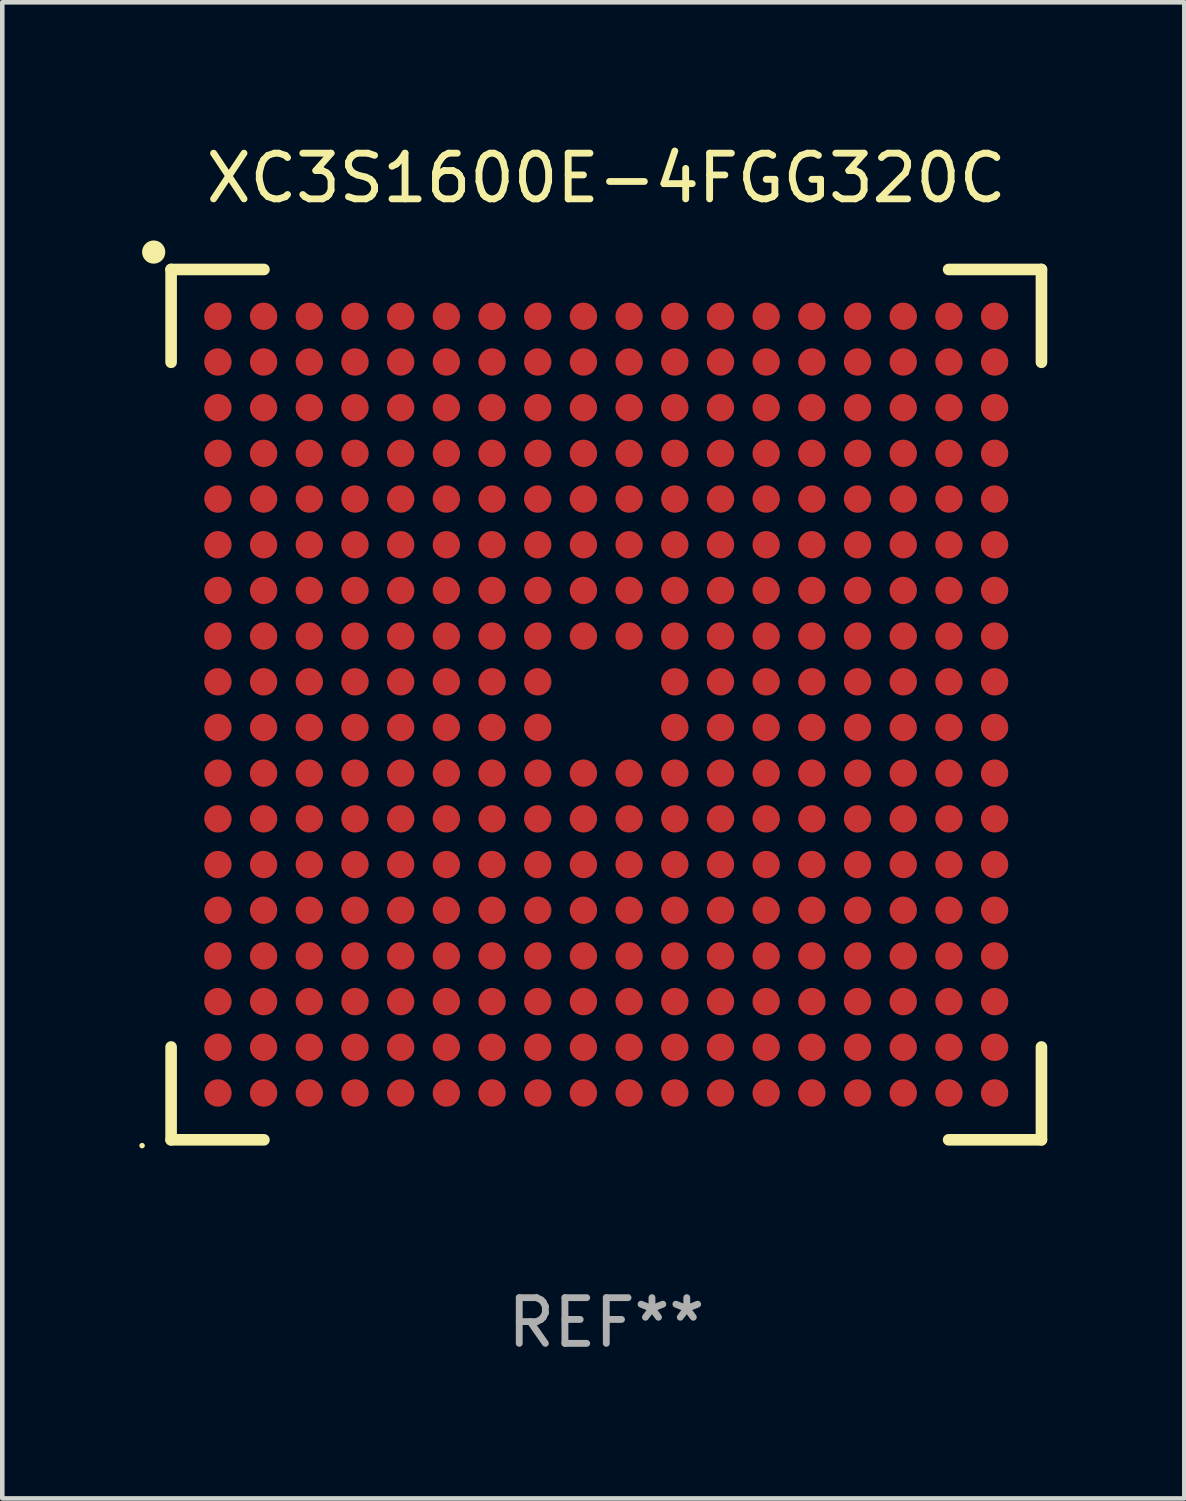
<source format=kicad_pcb>
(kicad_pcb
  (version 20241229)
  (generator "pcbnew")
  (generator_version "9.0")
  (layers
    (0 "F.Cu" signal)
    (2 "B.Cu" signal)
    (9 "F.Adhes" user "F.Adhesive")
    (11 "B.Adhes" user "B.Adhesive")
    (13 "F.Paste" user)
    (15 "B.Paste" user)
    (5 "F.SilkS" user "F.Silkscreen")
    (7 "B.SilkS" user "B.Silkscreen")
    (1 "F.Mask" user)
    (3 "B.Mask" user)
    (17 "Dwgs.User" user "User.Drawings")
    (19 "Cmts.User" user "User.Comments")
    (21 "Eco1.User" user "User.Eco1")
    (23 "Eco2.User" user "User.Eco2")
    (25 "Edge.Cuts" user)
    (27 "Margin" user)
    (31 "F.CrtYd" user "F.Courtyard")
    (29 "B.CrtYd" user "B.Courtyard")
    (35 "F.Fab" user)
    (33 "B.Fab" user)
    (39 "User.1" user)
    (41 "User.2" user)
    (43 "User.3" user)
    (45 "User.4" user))
  (footprint "XC3S1600E-4FGG320C"
    (layer "F.Cu")
    (at 10.22 12.373)
    (property "Reference" "XC3S1600E-4FGG320C" (at 0 -11.525 0) (layer "F.SilkS") (effects (font (size 1 1) (thickness 0.15))))
    (attr through_hole)
    (fp_line (start -9.525 -9.525) (end -7.493 -9.525) (stroke (width 0.254) (type solid)) (layer "F.SilkS"))
    (fp_line (start -9.525 -7.493) (end -9.525 -9.525) (stroke (width 0.254) (type solid)) (layer "F.SilkS"))
    (fp_line (start -9.525 9.525) (end -9.525 7.493) (stroke (width 0.254) (type solid)) (layer "F.SilkS"))
    (fp_line (start -7.493 9.525) (end -9.525 9.525) (stroke (width 0.254) (type solid)) (layer "F.SilkS"))
    (fp_line (start 7.493 -9.525) (end 9.525 -9.525) (stroke (width 0.254) (type solid)) (layer "F.SilkS"))
    (fp_line (start 9.525 -9.525) (end 9.525 -7.493) (stroke (width 0.254) (type solid)) (layer "F.SilkS"))
    (fp_line (start 9.525 7.493) (end 9.525 9.525) (stroke (width 0.254) (type solid)) (layer "F.SilkS"))
    (fp_line (start 9.525 9.525) (end 7.493 9.525) (stroke (width 0.254) (type solid)) (layer "F.SilkS"))
    (fp_circle (center -10.16 9.652) (end -10.13 9.652) (stroke (width 0.06) (type solid)) (fill no) (layer "F.SilkS"))
    (fp_circle (center -9.906 -9.906) (end -9.779 -9.906) (stroke (width 0.254) (type solid)) (fill no) (layer "F.SilkS"))
    (fp_text user "REF**" (at 0 13.525 0) (layer "F.Fab") (effects (font (size 1 1) (thickness 0.15))))
    (pad "A1" smd circle (at -8.5 -8.5) (size 0.6 0.6) (layers "F.Cu" "F.Mask" "F.Paste"))
    (pad "A2" smd circle (at -7.5 -8.5) (size 0.6 0.6) (layers "F.Cu" "F.Mask" "F.Paste"))
    (pad "A3" smd circle (at -6.5 -8.5) (size 0.6 0.6) (layers "F.Cu" "F.Mask" "F.Paste"))
    (pad "A4" smd circle (at -5.5 -8.5) (size 0.6 0.6) (layers "F.Cu" "F.Mask" "F.Paste"))
    (pad "A5" smd circle (at -4.5 -8.5) (size 0.6 0.6) (layers "F.Cu" "F.Mask" "F.Paste"))
    (pad "A6" smd circle (at -3.5 -8.5) (size 0.6 0.6) (layers "F.Cu" "F.Mask" "F.Paste"))
    (pad "A7" smd circle (at -2.5 -8.5) (size 0.6 0.6) (layers "F.Cu" "F.Mask" "F.Paste"))
    (pad "A8" smd circle (at -1.5 -8.5) (size 0.6 0.6) (layers "F.Cu" "F.Mask" "F.Paste"))
    (pad "A9" smd circle (at -0.5 -8.5) (size 0.6 0.6) (layers "F.Cu" "F.Mask" "F.Paste"))
    (pad "A10" smd circle (at 0.5 -8.5) (size 0.6 0.6) (layers "F.Cu" "F.Mask" "F.Paste"))
    (pad "A11" smd circle (at 1.5 -8.5) (size 0.6 0.6) (layers "F.Cu" "F.Mask" "F.Paste"))
    (pad "A12" smd circle (at 2.5 -8.5) (size 0.6 0.6) (layers "F.Cu" "F.Mask" "F.Paste"))
    (pad "A13" smd circle (at 3.5 -8.5) (size 0.6 0.6) (layers "F.Cu" "F.Mask" "F.Paste"))
    (pad "A14" smd circle (at 4.5 -8.5) (size 0.6 0.6) (layers "F.Cu" "F.Mask" "F.Paste"))
    (pad "A15" smd circle (at 5.5 -8.5) (size 0.6 0.6) (layers "F.Cu" "F.Mask" "F.Paste"))
    (pad "A16" smd circle (at 6.5 -8.5) (size 0.6 0.6) (layers "F.Cu" "F.Mask" "F.Paste"))
    (pad "A17" smd circle (at 7.5 -8.5) (size 0.6 0.6) (layers "F.Cu" "F.Mask" "F.Paste"))
    (pad "A18" smd circle (at 8.5 -8.5) (size 0.6 0.6) (layers "F.Cu" "F.Mask" "F.Paste"))
    (pad "B1" smd circle (at -8.5 -7.5) (size 0.6 0.6) (layers "F.Cu" "F.Mask" "F.Paste"))
    (pad "B2" smd circle (at -7.5 -7.5) (size 0.6 0.6) (layers "F.Cu" "F.Mask" "F.Paste"))
    (pad "B3" smd circle (at -6.5 -7.5) (size 0.6 0.6) (layers "F.Cu" "F.Mask" "F.Paste"))
    (pad "B4" smd circle (at -5.5 -7.5) (size 0.6 0.6) (layers "F.Cu" "F.Mask" "F.Paste"))
    (pad "B5" smd circle (at -4.5 -7.5) (size 0.6 0.6) (layers "F.Cu" "F.Mask" "F.Paste"))
    (pad "B6" smd circle (at -3.5 -7.5) (size 0.6 0.6) (layers "F.Cu" "F.Mask" "F.Paste"))
    (pad "B7" smd circle (at -2.5 -7.5) (size 0.6 0.6) (layers "F.Cu" "F.Mask" "F.Paste"))
    (pad "B8" smd circle (at -1.5 -7.5) (size 0.6 0.6) (layers "F.Cu" "F.Mask" "F.Paste"))
    (pad "B9" smd circle (at -0.5 -7.5) (size 0.6 0.6) (layers "F.Cu" "F.Mask" "F.Paste"))
    (pad "B10" smd circle (at 0.5 -7.5) (size 0.6 0.6) (layers "F.Cu" "F.Mask" "F.Paste"))
    (pad "B11" smd circle (at 1.5 -7.5) (size 0.6 0.6) (layers "F.Cu" "F.Mask" "F.Paste"))
    (pad "B12" smd circle (at 2.5 -7.5) (size 0.6 0.6) (layers "F.Cu" "F.Mask" "F.Paste"))
    (pad "B13" smd circle (at 3.5 -7.5) (size 0.6 0.6) (layers "F.Cu" "F.Mask" "F.Paste"))
    (pad "B14" smd circle (at 4.5 -7.5) (size 0.6 0.6) (layers "F.Cu" "F.Mask" "F.Paste"))
    (pad "B15" smd circle (at 5.5 -7.5) (size 0.6 0.6) (layers "F.Cu" "F.Mask" "F.Paste"))
    (pad "B16" smd circle (at 6.5 -7.5) (size 0.6 0.6) (layers "F.Cu" "F.Mask" "F.Paste"))
    (pad "B17" smd circle (at 7.5 -7.5) (size 0.6 0.6) (layers "F.Cu" "F.Mask" "F.Paste"))
    (pad "B18" smd circle (at 8.5 -7.5) (size 0.6 0.6) (layers "F.Cu" "F.Mask" "F.Paste"))
    (pad "C1" smd circle (at -8.5 -6.5) (size 0.6 0.6) (layers "F.Cu" "F.Mask" "F.Paste"))
    (pad "C2" smd circle (at -7.5 -6.5) (size 0.6 0.6) (layers "F.Cu" "F.Mask" "F.Paste"))
    (pad "C3" smd circle (at -6.5 -6.5) (size 0.6 0.6) (layers "F.Cu" "F.Mask" "F.Paste"))
    (pad "C4" smd circle (at -5.5 -6.5) (size 0.6 0.6) (layers "F.Cu" "F.Mask" "F.Paste"))
    (pad "C5" smd circle (at -4.5 -6.5) (size 0.6 0.6) (layers "F.Cu" "F.Mask" "F.Paste"))
    (pad "C6" smd circle (at -3.5 -6.5) (size 0.6 0.6) (layers "F.Cu" "F.Mask" "F.Paste"))
    (pad "C7" smd circle (at -2.5 -6.5) (size 0.6 0.6) (layers "F.Cu" "F.Mask" "F.Paste"))
    (pad "C8" smd circle (at -1.5 -6.5) (size 0.6 0.6) (layers "F.Cu" "F.Mask" "F.Paste"))
    (pad "C9" smd circle (at -0.5 -6.5) (size 0.6 0.6) (layers "F.Cu" "F.Mask" "F.Paste"))
    (pad "C10" smd circle (at 0.5 -6.5) (size 0.6 0.6) (layers "F.Cu" "F.Mask" "F.Paste"))
    (pad "C11" smd circle (at 1.5 -6.5) (size 0.6 0.6) (layers "F.Cu" "F.Mask" "F.Paste"))
    (pad "C12" smd circle (at 2.5 -6.5) (size 0.6 0.6) (layers "F.Cu" "F.Mask" "F.Paste"))
    (pad "C13" smd circle (at 3.5 -6.5) (size 0.6 0.6) (layers "F.Cu" "F.Mask" "F.Paste"))
    (pad "C14" smd circle (at 4.5 -6.5) (size 0.6 0.6) (layers "F.Cu" "F.Mask" "F.Paste"))
    (pad "C15" smd circle (at 5.5 -6.5) (size 0.6 0.6) (layers "F.Cu" "F.Mask" "F.Paste"))
    (pad "C16" smd circle (at 6.5 -6.5) (size 0.6 0.6) (layers "F.Cu" "F.Mask" "F.Paste"))
    (pad "C17" smd circle (at 7.5 -6.5) (size 0.6 0.6) (layers "F.Cu" "F.Mask" "F.Paste"))
    (pad "C18" smd circle (at 8.5 -6.5) (size 0.6 0.6) (layers "F.Cu" "F.Mask" "F.Paste"))
    (pad "D1" smd circle (at -8.5 -5.5) (size 0.6 0.6) (layers "F.Cu" "F.Mask" "F.Paste"))
    (pad "D2" smd circle (at -7.5 -5.5) (size 0.6 0.6) (layers "F.Cu" "F.Mask" "F.Paste"))
    (pad "D3" smd circle (at -6.5 -5.5) (size 0.6 0.6) (layers "F.Cu" "F.Mask" "F.Paste"))
    (pad "D4" smd circle (at -5.5 -5.5) (size 0.6 0.6) (layers "F.Cu" "F.Mask" "F.Paste"))
    (pad "D5" smd circle (at -4.5 -5.5) (size 0.6 0.6) (layers "F.Cu" "F.Mask" "F.Paste"))
    (pad "D6" smd circle (at -3.5 -5.5) (size 0.6 0.6) (layers "F.Cu" "F.Mask" "F.Paste"))
    (pad "D7" smd circle (at -2.5 -5.5) (size 0.6 0.6) (layers "F.Cu" "F.Mask" "F.Paste"))
    (pad "D8" smd circle (at -1.5 -5.5) (size 0.6 0.6) (layers "F.Cu" "F.Mask" "F.Paste"))
    (pad "D9" smd circle (at -0.5 -5.5) (size 0.6 0.6) (layers "F.Cu" "F.Mask" "F.Paste"))
    (pad "D10" smd circle (at 0.5 -5.5) (size 0.6 0.6) (layers "F.Cu" "F.Mask" "F.Paste"))
    (pad "D11" smd circle (at 1.5 -5.5) (size 0.6 0.6) (layers "F.Cu" "F.Mask" "F.Paste"))
    (pad "D12" smd circle (at 2.5 -5.5) (size 0.6 0.6) (layers "F.Cu" "F.Mask" "F.Paste"))
    (pad "D13" smd circle (at 3.5 -5.5) (size 0.6 0.6) (layers "F.Cu" "F.Mask" "F.Paste"))
    (pad "D14" smd circle (at 4.5 -5.5) (size 0.6 0.6) (layers "F.Cu" "F.Mask" "F.Paste"))
    (pad "D15" smd circle (at 5.5 -5.5) (size 0.6 0.6) (layers "F.Cu" "F.Mask" "F.Paste"))
    (pad "D16" smd circle (at 6.5 -5.5) (size 0.6 0.6) (layers "F.Cu" "F.Mask" "F.Paste"))
    (pad "D17" smd circle (at 7.5 -5.5) (size 0.6 0.6) (layers "F.Cu" "F.Mask" "F.Paste"))
    (pad "D18" smd circle (at 8.5 -5.5) (size 0.6 0.6) (layers "F.Cu" "F.Mask" "F.Paste"))
    (pad "E1" smd circle (at -8.5 -4.5) (size 0.6 0.6) (layers "F.Cu" "F.Mask" "F.Paste"))
    (pad "E2" smd circle (at -7.5 -4.5) (size 0.6 0.6) (layers "F.Cu" "F.Mask" "F.Paste"))
    (pad "E3" smd circle (at -6.5 -4.5) (size 0.6 0.6) (layers "F.Cu" "F.Mask" "F.Paste"))
    (pad "E4" smd circle (at -5.5 -4.5) (size 0.6 0.6) (layers "F.Cu" "F.Mask" "F.Paste"))
    (pad "E5" smd circle (at -4.5 -4.5) (size 0.6 0.6) (layers "F.Cu" "F.Mask" "F.Paste"))
    (pad "E6" smd circle (at -3.5 -4.5) (size 0.6 0.6) (layers "F.Cu" "F.Mask" "F.Paste"))
    (pad "E7" smd circle (at -2.5 -4.5) (size 0.6 0.6) (layers "F.Cu" "F.Mask" "F.Paste"))
    (pad "E8" smd circle (at -1.5 -4.5) (size 0.6 0.6) (layers "F.Cu" "F.Mask" "F.Paste"))
    (pad "E9" smd circle (at -0.5 -4.5) (size 0.6 0.6) (layers "F.Cu" "F.Mask" "F.Paste"))
    (pad "E10" smd circle (at 0.5 -4.5) (size 0.6 0.6) (layers "F.Cu" "F.Mask" "F.Paste"))
    (pad "E11" smd circle (at 1.5 -4.5) (size 0.6 0.6) (layers "F.Cu" "F.Mask" "F.Paste"))
    (pad "E12" smd circle (at 2.5 -4.5) (size 0.6 0.6) (layers "F.Cu" "F.Mask" "F.Paste"))
    (pad "E13" smd circle (at 3.5 -4.5) (size 0.6 0.6) (layers "F.Cu" "F.Mask" "F.Paste"))
    (pad "E14" smd circle (at 4.5 -4.5) (size 0.6 0.6) (layers "F.Cu" "F.Mask" "F.Paste"))
    (pad "E15" smd circle (at 5.5 -4.5) (size 0.6 0.6) (layers "F.Cu" "F.Mask" "F.Paste"))
    (pad "E16" smd circle (at 6.5 -4.5) (size 0.6 0.6) (layers "F.Cu" "F.Mask" "F.Paste"))
    (pad "E17" smd circle (at 7.5 -4.5) (size 0.6 0.6) (layers "F.Cu" "F.Mask" "F.Paste"))
    (pad "E18" smd circle (at 8.5 -4.5) (size 0.6 0.6) (layers "F.Cu" "F.Mask" "F.Paste"))
    (pad "F1" smd circle (at -8.5 -3.5) (size 0.6 0.6) (layers "F.Cu" "F.Mask" "F.Paste"))
    (pad "F2" smd circle (at -7.5 -3.5) (size 0.6 0.6) (layers "F.Cu" "F.Mask" "F.Paste"))
    (pad "F3" smd circle (at -6.5 -3.5) (size 0.6 0.6) (layers "F.Cu" "F.Mask" "F.Paste"))
    (pad "F4" smd circle (at -5.5 -3.5) (size 0.6 0.6) (layers "F.Cu" "F.Mask" "F.Paste"))
    (pad "F5" smd circle (at -4.5 -3.5) (size 0.6 0.6) (layers "F.Cu" "F.Mask" "F.Paste"))
    (pad "F6" smd circle (at -3.5 -3.5) (size 0.6 0.6) (layers "F.Cu" "F.Mask" "F.Paste"))
    (pad "F7" smd circle (at -2.5 -3.5) (size 0.6 0.6) (layers "F.Cu" "F.Mask" "F.Paste"))
    (pad "F8" smd circle (at -1.5 -3.5) (size 0.6 0.6) (layers "F.Cu" "F.Mask" "F.Paste"))
    (pad "F9" smd circle (at -0.5 -3.5) (size 0.6 0.6) (layers "F.Cu" "F.Mask" "F.Paste"))
    (pad "F10" smd circle (at 0.5 -3.5) (size 0.6 0.6) (layers "F.Cu" "F.Mask" "F.Paste"))
    (pad "F11" smd circle (at 1.5 -3.5) (size 0.6 0.6) (layers "F.Cu" "F.Mask" "F.Paste"))
    (pad "F12" smd circle (at 2.5 -3.5) (size 0.6 0.6) (layers "F.Cu" "F.Mask" "F.Paste"))
    (pad "F13" smd circle (at 3.5 -3.5) (size 0.6 0.6) (layers "F.Cu" "F.Mask" "F.Paste"))
    (pad "F14" smd circle (at 4.5 -3.5) (size 0.6 0.6) (layers "F.Cu" "F.Mask" "F.Paste"))
    (pad "F15" smd circle (at 5.5 -3.5) (size 0.6 0.6) (layers "F.Cu" "F.Mask" "F.Paste"))
    (pad "F16" smd circle (at 6.5 -3.5) (size 0.6 0.6) (layers "F.Cu" "F.Mask" "F.Paste"))
    (pad "F17" smd circle (at 7.5 -3.5) (size 0.6 0.6) (layers "F.Cu" "F.Mask" "F.Paste"))
    (pad "F18" smd circle (at 8.5 -3.5) (size 0.6 0.6) (layers "F.Cu" "F.Mask" "F.Paste"))
    (pad "G1" smd circle (at -8.5 -2.5) (size 0.6 0.6) (layers "F.Cu" "F.Mask" "F.Paste"))
    (pad "G2" smd circle (at -7.5 -2.5) (size 0.6 0.6) (layers "F.Cu" "F.Mask" "F.Paste"))
    (pad "G3" smd circle (at -6.5 -2.5) (size 0.6 0.6) (layers "F.Cu" "F.Mask" "F.Paste"))
    (pad "G4" smd circle (at -5.5 -2.5) (size 0.6 0.6) (layers "F.Cu" "F.Mask" "F.Paste"))
    (pad "G5" smd circle (at -4.5 -2.5) (size 0.6 0.6) (layers "F.Cu" "F.Mask" "F.Paste"))
    (pad "G6" smd circle (at -3.5 -2.5) (size 0.6 0.6) (layers "F.Cu" "F.Mask" "F.Paste"))
    (pad "G7" smd circle (at -2.5 -2.5) (size 0.6 0.6) (layers "F.Cu" "F.Mask" "F.Paste"))
    (pad "G8" smd circle (at -1.5 -2.5) (size 0.6 0.6) (layers "F.Cu" "F.Mask" "F.Paste"))
    (pad "G9" smd circle (at -0.5 -2.5) (size 0.6 0.6) (layers "F.Cu" "F.Mask" "F.Paste"))
    (pad "G10" smd circle (at 0.5 -2.5) (size 0.6 0.6) (layers "F.Cu" "F.Mask" "F.Paste"))
    (pad "G11" smd circle (at 1.5 -2.5) (size 0.6 0.6) (layers "F.Cu" "F.Mask" "F.Paste"))
    (pad "G12" smd circle (at 2.5 -2.5) (size 0.6 0.6) (layers "F.Cu" "F.Mask" "F.Paste"))
    (pad "G13" smd circle (at 3.5 -2.5) (size 0.6 0.6) (layers "F.Cu" "F.Mask" "F.Paste"))
    (pad "G14" smd circle (at 4.5 -2.5) (size 0.6 0.6) (layers "F.Cu" "F.Mask" "F.Paste"))
    (pad "G15" smd circle (at 5.5 -2.5) (size 0.6 0.6) (layers "F.Cu" "F.Mask" "F.Paste"))
    (pad "G16" smd circle (at 6.5 -2.5) (size 0.6 0.6) (layers "F.Cu" "F.Mask" "F.Paste"))
    (pad "G17" smd circle (at 7.5 -2.5) (size 0.6 0.6) (layers "F.Cu" "F.Mask" "F.Paste"))
    (pad "G18" smd circle (at 8.5 -2.5) (size 0.6 0.6) (layers "F.Cu" "F.Mask" "F.Paste"))
    (pad "H1" smd circle (at -8.5 -1.5) (size 0.6 0.6) (layers "F.Cu" "F.Mask" "F.Paste"))
    (pad "H2" smd circle (at -7.5 -1.5) (size 0.6 0.6) (layers "F.Cu" "F.Mask" "F.Paste"))
    (pad "H3" smd circle (at -6.5 -1.5) (size 0.6 0.6) (layers "F.Cu" "F.Mask" "F.Paste"))
    (pad "H4" smd circle (at -5.5 -1.5) (size 0.6 0.6) (layers "F.Cu" "F.Mask" "F.Paste"))
    (pad "H5" smd circle (at -4.5 -1.5) (size 0.6 0.6) (layers "F.Cu" "F.Mask" "F.Paste"))
    (pad "H6" smd circle (at -3.5 -1.5) (size 0.6 0.6) (layers "F.Cu" "F.Mask" "F.Paste"))
    (pad "H7" smd circle (at -2.5 -1.5) (size 0.6 0.6) (layers "F.Cu" "F.Mask" "F.Paste"))
    (pad "H8" smd circle (at -1.5 -1.5) (size 0.6 0.6) (layers "F.Cu" "F.Mask" "F.Paste"))
    (pad "H9" smd circle (at -0.5 -1.5) (size 0.6 0.6) (layers "F.Cu" "F.Mask" "F.Paste"))
    (pad "H10" smd circle (at 0.5 -1.5) (size 0.6 0.6) (layers "F.Cu" "F.Mask" "F.Paste"))
    (pad "H11" smd circle (at 1.5 -1.5) (size 0.6 0.6) (layers "F.Cu" "F.Mask" "F.Paste"))
    (pad "H12" smd circle (at 2.5 -1.5) (size 0.6 0.6) (layers "F.Cu" "F.Mask" "F.Paste"))
    (pad "H13" smd circle (at 3.5 -1.5) (size 0.6 0.6) (layers "F.Cu" "F.Mask" "F.Paste"))
    (pad "H14" smd circle (at 4.5 -1.5) (size 0.6 0.6) (layers "F.Cu" "F.Mask" "F.Paste"))
    (pad "H15" smd circle (at 5.5 -1.5) (size 0.6 0.6) (layers "F.Cu" "F.Mask" "F.Paste"))
    (pad "H16" smd circle (at 6.5 -1.5) (size 0.6 0.6) (layers "F.Cu" "F.Mask" "F.Paste"))
    (pad "H17" smd circle (at 7.5 -1.5) (size 0.6 0.6) (layers "F.Cu" "F.Mask" "F.Paste"))
    (pad "H18" smd circle (at 8.5 -1.5) (size 0.6 0.6) (layers "F.Cu" "F.Mask" "F.Paste"))
    (pad "J1" smd circle (at -8.5 -0.5) (size 0.6 0.6) (layers "F.Cu" "F.Mask" "F.Paste"))
    (pad "J2" smd circle (at -7.5 -0.5) (size 0.6 0.6) (layers "F.Cu" "F.Mask" "F.Paste"))
    (pad "J3" smd circle (at -6.5 -0.5) (size 0.6 0.6) (layers "F.Cu" "F.Mask" "F.Paste"))
    (pad "J4" smd circle (at -5.5 -0.5) (size 0.6 0.6) (layers "F.Cu" "F.Mask" "F.Paste"))
    (pad "J5" smd circle (at -4.5 -0.5) (size 0.6 0.6) (layers "F.Cu" "F.Mask" "F.Paste"))
    (pad "J6" smd circle (at -3.5 -0.5) (size 0.6 0.6) (layers "F.Cu" "F.Mask" "F.Paste"))
    (pad "J7" smd circle (at -2.5 -0.5) (size 0.6 0.6) (layers "F.Cu" "F.Mask" "F.Paste"))
    (pad "J8" smd circle (at -1.5 -0.5) (size 0.6 0.6) (layers "F.Cu" "F.Mask" "F.Paste"))
    (pad "J11" smd circle (at 1.5 -0.5) (size 0.6 0.6) (layers "F.Cu" "F.Mask" "F.Paste"))
    (pad "J12" smd circle (at 2.5 -0.5) (size 0.6 0.6) (layers "F.Cu" "F.Mask" "F.Paste"))
    (pad "J13" smd circle (at 3.5 -0.5) (size 0.6 0.6) (layers "F.Cu" "F.Mask" "F.Paste"))
    (pad "J14" smd circle (at 4.5 -0.5) (size 0.6 0.6) (layers "F.Cu" "F.Mask" "F.Paste"))
    (pad "J15" smd circle (at 5.5 -0.5) (size 0.6 0.6) (layers "F.Cu" "F.Mask" "F.Paste"))
    (pad "J16" smd circle (at 6.5 -0.5) (size 0.6 0.6) (layers "F.Cu" "F.Mask" "F.Paste"))
    (pad "J17" smd circle (at 7.5 -0.5) (size 0.6 0.6) (layers "F.Cu" "F.Mask" "F.Paste"))
    (pad "J18" smd circle (at 8.5 -0.5) (size 0.6 0.6) (layers "F.Cu" "F.Mask" "F.Paste"))
    (pad "K1" smd circle (at -8.5 0.5) (size 0.6 0.6) (layers "F.Cu" "F.Mask" "F.Paste"))
    (pad "K2" smd circle (at -7.5 0.5) (size 0.6 0.6) (layers "F.Cu" "F.Mask" "F.Paste"))
    (pad "K3" smd circle (at -6.5 0.5) (size 0.6 0.6) (layers "F.Cu" "F.Mask" "F.Paste"))
    (pad "K4" smd circle (at -5.5 0.5) (size 0.6 0.6) (layers "F.Cu" "F.Mask" "F.Paste"))
    (pad "K5" smd circle (at -4.5 0.5) (size 0.6 0.6) (layers "F.Cu" "F.Mask" "F.Paste"))
    (pad "K6" smd circle (at -3.5 0.5) (size 0.6 0.6) (layers "F.Cu" "F.Mask" "F.Paste"))
    (pad "K7" smd circle (at -2.5 0.5) (size 0.6 0.6) (layers "F.Cu" "F.Mask" "F.Paste"))
    (pad "K8" smd circle (at -1.5 0.5) (size 0.6 0.6) (layers "F.Cu" "F.Mask" "F.Paste"))
    (pad "K11" smd circle (at 1.5 0.5) (size 0.6 0.6) (layers "F.Cu" "F.Mask" "F.Paste"))
    (pad "K12" smd circle (at 2.5 0.5) (size 0.6 0.6) (layers "F.Cu" "F.Mask" "F.Paste"))
    (pad "K13" smd circle (at 3.5 0.5) (size 0.6 0.6) (layers "F.Cu" "F.Mask" "F.Paste"))
    (pad "K14" smd circle (at 4.5 0.5) (size 0.6 0.6) (layers "F.Cu" "F.Mask" "F.Paste"))
    (pad "K15" smd circle (at 5.5 0.5) (size 0.6 0.6) (layers "F.Cu" "F.Mask" "F.Paste"))
    (pad "K16" smd circle (at 6.5 0.5) (size 0.6 0.6) (layers "F.Cu" "F.Mask" "F.Paste"))
    (pad "K17" smd circle (at 7.5 0.5) (size 0.6 0.6) (layers "F.Cu" "F.Mask" "F.Paste"))
    (pad "K18" smd circle (at 8.5 0.5) (size 0.6 0.6) (layers "F.Cu" "F.Mask" "F.Paste"))
    (pad "L1" smd circle (at -8.5 1.5) (size 0.6 0.6) (layers "F.Cu" "F.Mask" "F.Paste"))
    (pad "L2" smd circle (at -7.5 1.5) (size 0.6 0.6) (layers "F.Cu" "F.Mask" "F.Paste"))
    (pad "L3" smd circle (at -6.5 1.5) (size 0.6 0.6) (layers "F.Cu" "F.Mask" "F.Paste"))
    (pad "L4" smd circle (at -5.5 1.5) (size 0.6 0.6) (layers "F.Cu" "F.Mask" "F.Paste"))
    (pad "L5" smd circle (at -4.5 1.5) (size 0.6 0.6) (layers "F.Cu" "F.Mask" "F.Paste"))
    (pad "L6" smd circle (at -3.5 1.5) (size 0.6 0.6) (layers "F.Cu" "F.Mask" "F.Paste"))
    (pad "L7" smd circle (at -2.5 1.5) (size 0.6 0.6) (layers "F.Cu" "F.Mask" "F.Paste"))
    (pad "L8" smd circle (at -1.5 1.5) (size 0.6 0.6) (layers "F.Cu" "F.Mask" "F.Paste"))
    (pad "L9" smd circle (at -0.5 1.5) (size 0.6 0.6) (layers "F.Cu" "F.Mask" "F.Paste"))
    (pad "L10" smd circle (at 0.5 1.5) (size 0.6 0.6) (layers "F.Cu" "F.Mask" "F.Paste"))
    (pad "L11" smd circle (at 1.5 1.5) (size 0.6 0.6) (layers "F.Cu" "F.Mask" "F.Paste"))
    (pad "L12" smd circle (at 2.5 1.5) (size 0.6 0.6) (layers "F.Cu" "F.Mask" "F.Paste"))
    (pad "L13" smd circle (at 3.5 1.5) (size 0.6 0.6) (layers "F.Cu" "F.Mask" "F.Paste"))
    (pad "L14" smd circle (at 4.5 1.5) (size 0.6 0.6) (layers "F.Cu" "F.Mask" "F.Paste"))
    (pad "L15" smd circle (at 5.5 1.5) (size 0.6 0.6) (layers "F.Cu" "F.Mask" "F.Paste"))
    (pad "L16" smd circle (at 6.5 1.5) (size 0.6 0.6) (layers "F.Cu" "F.Mask" "F.Paste"))
    (pad "L17" smd circle (at 7.5 1.5) (size 0.6 0.6) (layers "F.Cu" "F.Mask" "F.Paste"))
    (pad "L18" smd circle (at 8.5 1.5) (size 0.6 0.6) (layers "F.Cu" "F.Mask" "F.Paste"))
    (pad "M1" smd circle (at -8.5 2.5) (size 0.6 0.6) (layers "F.Cu" "F.Mask" "F.Paste"))
    (pad "M2" smd circle (at -7.5 2.5) (size 0.6 0.6) (layers "F.Cu" "F.Mask" "F.Paste"))
    (pad "M3" smd circle (at -6.5 2.5) (size 0.6 0.6) (layers "F.Cu" "F.Mask" "F.Paste"))
    (pad "M4" smd circle (at -5.5 2.5) (size 0.6 0.6) (layers "F.Cu" "F.Mask" "F.Paste"))
    (pad "M5" smd circle (at -4.5 2.5) (size 0.6 0.6) (layers "F.Cu" "F.Mask" "F.Paste"))
    (pad "M6" smd circle (at -3.5 2.5) (size 0.6 0.6) (layers "F.Cu" "F.Mask" "F.Paste"))
    (pad "M7" smd circle (at -2.5 2.5) (size 0.6 0.6) (layers "F.Cu" "F.Mask" "F.Paste"))
    (pad "M8" smd circle (at -1.5 2.5) (size 0.6 0.6) (layers "F.Cu" "F.Mask" "F.Paste"))
    (pad "M9" smd circle (at -0.5 2.5) (size 0.6 0.6) (layers "F.Cu" "F.Mask" "F.Paste"))
    (pad "M10" smd circle (at 0.5 2.5) (size 0.6 0.6) (layers "F.Cu" "F.Mask" "F.Paste"))
    (pad "M11" smd circle (at 1.5 2.5) (size 0.6 0.6) (layers "F.Cu" "F.Mask" "F.Paste"))
    (pad "M12" smd circle (at 2.5 2.5) (size 0.6 0.6) (layers "F.Cu" "F.Mask" "F.Paste"))
    (pad "M13" smd circle (at 3.5 2.5) (size 0.6 0.6) (layers "F.Cu" "F.Mask" "F.Paste"))
    (pad "M14" smd circle (at 4.5 2.5) (size 0.6 0.6) (layers "F.Cu" "F.Mask" "F.Paste"))
    (pad "M15" smd circle (at 5.5 2.5) (size 0.6 0.6) (layers "F.Cu" "F.Mask" "F.Paste"))
    (pad "M16" smd circle (at 6.5 2.5) (size 0.6 0.6) (layers "F.Cu" "F.Mask" "F.Paste"))
    (pad "M17" smd circle (at 7.5 2.5) (size 0.6 0.6) (layers "F.Cu" "F.Mask" "F.Paste"))
    (pad "M18" smd circle (at 8.5 2.5) (size 0.6 0.6) (layers "F.Cu" "F.Mask" "F.Paste"))
    (pad "N1" smd circle (at -8.5 3.5) (size 0.6 0.6) (layers "F.Cu" "F.Mask" "F.Paste"))
    (pad "N2" smd circle (at -7.5 3.5) (size 0.6 0.6) (layers "F.Cu" "F.Mask" "F.Paste"))
    (pad "N3" smd circle (at -6.5 3.5) (size 0.6 0.6) (layers "F.Cu" "F.Mask" "F.Paste"))
    (pad "N4" smd circle (at -5.5 3.5) (size 0.6 0.6) (layers "F.Cu" "F.Mask" "F.Paste"))
    (pad "N5" smd circle (at -4.5 3.5) (size 0.6 0.6) (layers "F.Cu" "F.Mask" "F.Paste"))
    (pad "N6" smd circle (at -3.5 3.5) (size 0.6 0.6) (layers "F.Cu" "F.Mask" "F.Paste"))
    (pad "N7" smd circle (at -2.5 3.5) (size 0.6 0.6) (layers "F.Cu" "F.Mask" "F.Paste"))
    (pad "N8" smd circle (at -1.5 3.5) (size 0.6 0.6) (layers "F.Cu" "F.Mask" "F.Paste"))
    (pad "N9" smd circle (at -0.5 3.5) (size 0.6 0.6) (layers "F.Cu" "F.Mask" "F.Paste"))
    (pad "N10" smd circle (at 0.5 3.5) (size 0.6 0.6) (layers "F.Cu" "F.Mask" "F.Paste"))
    (pad "N11" smd circle (at 1.5 3.5) (size 0.6 0.6) (layers "F.Cu" "F.Mask" "F.Paste"))
    (pad "N12" smd circle (at 2.5 3.5) (size 0.6 0.6) (layers "F.Cu" "F.Mask" "F.Paste"))
    (pad "N13" smd circle (at 3.5 3.5) (size 0.6 0.6) (layers "F.Cu" "F.Mask" "F.Paste"))
    (pad "N14" smd circle (at 4.5 3.5) (size 0.6 0.6) (layers "F.Cu" "F.Mask" "F.Paste"))
    (pad "N15" smd circle (at 5.5 3.5) (size 0.6 0.6) (layers "F.Cu" "F.Mask" "F.Paste"))
    (pad "N16" smd circle (at 6.5 3.5) (size 0.6 0.6) (layers "F.Cu" "F.Mask" "F.Paste"))
    (pad "N17" smd circle (at 7.5 3.5) (size 0.6 0.6) (layers "F.Cu" "F.Mask" "F.Paste"))
    (pad "N18" smd circle (at 8.5 3.5) (size 0.6 0.6) (layers "F.Cu" "F.Mask" "F.Paste"))
    (pad "P1" smd circle (at -8.5 4.5) (size 0.6 0.6) (layers "F.Cu" "F.Mask" "F.Paste"))
    (pad "P2" smd circle (at -7.5 4.5) (size 0.6 0.6) (layers "F.Cu" "F.Mask" "F.Paste"))
    (pad "P3" smd circle (at -6.5 4.5) (size 0.6 0.6) (layers "F.Cu" "F.Mask" "F.Paste"))
    (pad "P4" smd circle (at -5.5 4.5) (size 0.6 0.6) (layers "F.Cu" "F.Mask" "F.Paste"))
    (pad "P5" smd circle (at -4.5 4.5) (size 0.6 0.6) (layers "F.Cu" "F.Mask" "F.Paste"))
    (pad "P6" smd circle (at -3.5 4.5) (size 0.6 0.6) (layers "F.Cu" "F.Mask" "F.Paste"))
    (pad "P7" smd circle (at -2.5 4.5) (size 0.6 0.6) (layers "F.Cu" "F.Mask" "F.Paste"))
    (pad "P8" smd circle (at -1.5 4.5) (size 0.6 0.6) (layers "F.Cu" "F.Mask" "F.Paste"))
    (pad "P9" smd circle (at -0.5 4.5) (size 0.6 0.6) (layers "F.Cu" "F.Mask" "F.Paste"))
    (pad "P10" smd circle (at 0.5 4.5) (size 0.6 0.6) (layers "F.Cu" "F.Mask" "F.Paste"))
    (pad "P11" smd circle (at 1.5 4.5) (size 0.6 0.6) (layers "F.Cu" "F.Mask" "F.Paste"))
    (pad "P12" smd circle (at 2.5 4.5) (size 0.6 0.6) (layers "F.Cu" "F.Mask" "F.Paste"))
    (pad "P13" smd circle (at 3.5 4.5) (size 0.6 0.6) (layers "F.Cu" "F.Mask" "F.Paste"))
    (pad "P14" smd circle (at 4.5 4.5) (size 0.6 0.6) (layers "F.Cu" "F.Mask" "F.Paste"))
    (pad "P15" smd circle (at 5.5 4.5) (size 0.6 0.6) (layers "F.Cu" "F.Mask" "F.Paste"))
    (pad "P16" smd circle (at 6.5 4.5) (size 0.6 0.6) (layers "F.Cu" "F.Mask" "F.Paste"))
    (pad "P17" smd circle (at 7.5 4.5) (size 0.6 0.6) (layers "F.Cu" "F.Mask" "F.Paste"))
    (pad "P18" smd circle (at 8.5 4.5) (size 0.6 0.6) (layers "F.Cu" "F.Mask" "F.Paste"))
    (pad "R1" smd circle (at -8.5 5.5) (size 0.6 0.6) (layers "F.Cu" "F.Mask" "F.Paste"))
    (pad "R2" smd circle (at -7.5 5.5) (size 0.6 0.6) (layers "F.Cu" "F.Mask" "F.Paste"))
    (pad "R3" smd circle (at -6.5 5.5) (size 0.6 0.6) (layers "F.Cu" "F.Mask" "F.Paste"))
    (pad "R4" smd circle (at -5.5 5.5) (size 0.6 0.6) (layers "F.Cu" "F.Mask" "F.Paste"))
    (pad "R5" smd circle (at -4.5 5.5) (size 0.6 0.6) (layers "F.Cu" "F.Mask" "F.Paste"))
    (pad "R6" smd circle (at -3.5 5.5) (size 0.6 0.6) (layers "F.Cu" "F.Mask" "F.Paste"))
    (pad "R7" smd circle (at -2.5 5.5) (size 0.6 0.6) (layers "F.Cu" "F.Mask" "F.Paste"))
    (pad "R8" smd circle (at -1.5 5.5) (size 0.6 0.6) (layers "F.Cu" "F.Mask" "F.Paste"))
    (pad "R9" smd circle (at -0.5 5.5) (size 0.6 0.6) (layers "F.Cu" "F.Mask" "F.Paste"))
    (pad "R10" smd circle (at 0.5 5.5) (size 0.6 0.6) (layers "F.Cu" "F.Mask" "F.Paste"))
    (pad "R11" smd circle (at 1.5 5.5) (size 0.6 0.6) (layers "F.Cu" "F.Mask" "F.Paste"))
    (pad "R12" smd circle (at 2.5 5.5) (size 0.6 0.6) (layers "F.Cu" "F.Mask" "F.Paste"))
    (pad "R13" smd circle (at 3.5 5.5) (size 0.6 0.6) (layers "F.Cu" "F.Mask" "F.Paste"))
    (pad "R14" smd circle (at 4.5 5.5) (size 0.6 0.6) (layers "F.Cu" "F.Mask" "F.Paste"))
    (pad "R15" smd circle (at 5.5 5.5) (size 0.6 0.6) (layers "F.Cu" "F.Mask" "F.Paste"))
    (pad "R16" smd circle (at 6.5 5.5) (size 0.6 0.6) (layers "F.Cu" "F.Mask" "F.Paste"))
    (pad "R17" smd circle (at 7.5 5.5) (size 0.6 0.6) (layers "F.Cu" "F.Mask" "F.Paste"))
    (pad "R18" smd circle (at 8.5 5.5) (size 0.6 0.6) (layers "F.Cu" "F.Mask" "F.Paste"))
    (pad "T1" smd circle (at -8.5 6.5) (size 0.6 0.6) (layers "F.Cu" "F.Mask" "F.Paste"))
    (pad "T2" smd circle (at -7.5 6.5) (size 0.6 0.6) (layers "F.Cu" "F.Mask" "F.Paste"))
    (pad "T3" smd circle (at -6.5 6.5) (size 0.6 0.6) (layers "F.Cu" "F.Mask" "F.Paste"))
    (pad "T4" smd circle (at -5.5 6.5) (size 0.6 0.6) (layers "F.Cu" "F.Mask" "F.Paste"))
    (pad "T5" smd circle (at -4.5 6.5) (size 0.6 0.6) (layers "F.Cu" "F.Mask" "F.Paste"))
    (pad "T6" smd circle (at -3.5 6.5) (size 0.6 0.6) (layers "F.Cu" "F.Mask" "F.Paste"))
    (pad "T7" smd circle (at -2.5 6.5) (size 0.6 0.6) (layers "F.Cu" "F.Mask" "F.Paste"))
    (pad "T8" smd circle (at -1.5 6.5) (size 0.6 0.6) (layers "F.Cu" "F.Mask" "F.Paste"))
    (pad "T9" smd circle (at -0.5 6.5) (size 0.6 0.6) (layers "F.Cu" "F.Mask" "F.Paste"))
    (pad "T10" smd circle (at 0.5 6.5) (size 0.6 0.6) (layers "F.Cu" "F.Mask" "F.Paste"))
    (pad "T11" smd circle (at 1.5 6.5) (size 0.6 0.6) (layers "F.Cu" "F.Mask" "F.Paste"))
    (pad "T12" smd circle (at 2.5 6.5) (size 0.6 0.6) (layers "F.Cu" "F.Mask" "F.Paste"))
    (pad "T13" smd circle (at 3.5 6.5) (size 0.6 0.6) (layers "F.Cu" "F.Mask" "F.Paste"))
    (pad "T14" smd circle (at 4.5 6.5) (size 0.6 0.6) (layers "F.Cu" "F.Mask" "F.Paste"))
    (pad "T15" smd circle (at 5.5 6.5) (size 0.6 0.6) (layers "F.Cu" "F.Mask" "F.Paste"))
    (pad "T16" smd circle (at 6.5 6.5) (size 0.6 0.6) (layers "F.Cu" "F.Mask" "F.Paste"))
    (pad "T17" smd circle (at 7.5 6.5) (size 0.6 0.6) (layers "F.Cu" "F.Mask" "F.Paste"))
    (pad "T18" smd circle (at 8.5 6.5) (size 0.6 0.6) (layers "F.Cu" "F.Mask" "F.Paste"))
    (pad "U1" smd circle (at -8.5 7.5) (size 0.6 0.6) (layers "F.Cu" "F.Mask" "F.Paste"))
    (pad "U2" smd circle (at -7.5 7.5) (size 0.6 0.6) (layers "F.Cu" "F.Mask" "F.Paste"))
    (pad "U3" smd circle (at -6.5 7.5) (size 0.6 0.6) (layers "F.Cu" "F.Mask" "F.Paste"))
    (pad "U4" smd circle (at -5.5 7.5) (size 0.6 0.6) (layers "F.Cu" "F.Mask" "F.Paste"))
    (pad "U5" smd circle (at -4.5 7.5) (size 0.6 0.6) (layers "F.Cu" "F.Mask" "F.Paste"))
    (pad "U6" smd circle (at -3.5 7.5) (size 0.6 0.6) (layers "F.Cu" "F.Mask" "F.Paste"))
    (pad "U7" smd circle (at -2.5 7.5) (size 0.6 0.6) (layers "F.Cu" "F.Mask" "F.Paste"))
    (pad "U8" smd circle (at -1.5 7.5) (size 0.6 0.6) (layers "F.Cu" "F.Mask" "F.Paste"))
    (pad "U9" smd circle (at -0.5 7.5) (size 0.6 0.6) (layers "F.Cu" "F.Mask" "F.Paste"))
    (pad "U10" smd circle (at 0.5 7.5) (size 0.6 0.6) (layers "F.Cu" "F.Mask" "F.Paste"))
    (pad "U11" smd circle (at 1.5 7.5) (size 0.6 0.6) (layers "F.Cu" "F.Mask" "F.Paste"))
    (pad "U12" smd circle (at 2.5 7.5) (size 0.6 0.6) (layers "F.Cu" "F.Mask" "F.Paste"))
    (pad "U13" smd circle (at 3.5 7.5) (size 0.6 0.6) (layers "F.Cu" "F.Mask" "F.Paste"))
    (pad "U14" smd circle (at 4.5 7.5) (size 0.6 0.6) (layers "F.Cu" "F.Mask" "F.Paste"))
    (pad "U15" smd circle (at 5.5 7.5) (size 0.6 0.6) (layers "F.Cu" "F.Mask" "F.Paste"))
    (pad "U16" smd circle (at 6.5 7.5) (size 0.6 0.6) (layers "F.Cu" "F.Mask" "F.Paste"))
    (pad "U17" smd circle (at 7.5 7.5) (size 0.6 0.6) (layers "F.Cu" "F.Mask" "F.Paste"))
    (pad "U18" smd circle (at 8.5 7.5) (size 0.6 0.6) (layers "F.Cu" "F.Mask" "F.Paste"))
    (pad "V1" smd circle (at -8.5 8.5) (size 0.6 0.6) (layers "F.Cu" "F.Mask" "F.Paste"))
    (pad "V2" smd circle (at -7.5 8.5) (size 0.6 0.6) (layers "F.Cu" "F.Mask" "F.Paste"))
    (pad "V3" smd circle (at -6.5 8.5) (size 0.6 0.6) (layers "F.Cu" "F.Mask" "F.Paste"))
    (pad "V4" smd circle (at -5.5 8.5) (size 0.6 0.6) (layers "F.Cu" "F.Mask" "F.Paste"))
    (pad "V5" smd circle (at -4.5 8.5) (size 0.6 0.6) (layers "F.Cu" "F.Mask" "F.Paste"))
    (pad "V6" smd circle (at -3.5 8.5) (size 0.6 0.6) (layers "F.Cu" "F.Mask" "F.Paste"))
    (pad "V7" smd circle (at -2.5 8.5) (size 0.6 0.6) (layers "F.Cu" "F.Mask" "F.Paste"))
    (pad "V8" smd circle (at -1.5 8.5) (size 0.6 0.6) (layers "F.Cu" "F.Mask" "F.Paste"))
    (pad "V9" smd circle (at -0.5 8.5) (size 0.6 0.6) (layers "F.Cu" "F.Mask" "F.Paste"))
    (pad "V10" smd circle (at 0.5 8.5) (size 0.6 0.6) (layers "F.Cu" "F.Mask" "F.Paste"))
    (pad "V11" smd circle (at 1.5 8.5) (size 0.6 0.6) (layers "F.Cu" "F.Mask" "F.Paste"))
    (pad "V12" smd circle (at 2.5 8.5) (size 0.6 0.6) (layers "F.Cu" "F.Mask" "F.Paste"))
    (pad "V13" smd circle (at 3.5 8.5) (size 0.6 0.6) (layers "F.Cu" "F.Mask" "F.Paste"))
    (pad "V14" smd circle (at 4.5 8.5) (size 0.6 0.6) (layers "F.Cu" "F.Mask" "F.Paste"))
    (pad "V15" smd circle (at 5.5 8.5) (size 0.6 0.6) (layers "F.Cu" "F.Mask" "F.Paste"))
    (pad "V16" smd circle (at 6.5 8.5) (size 0.6 0.6) (layers "F.Cu" "F.Mask" "F.Paste"))
    (pad "V17" smd circle (at 7.5 8.5) (size 0.6 0.6) (layers "F.Cu" "F.Mask" "F.Paste"))
    (pad "V18" smd circle (at 8.5 8.5) (size 0.6 0.6) (layers "F.Cu" "F.Mask" "F.Paste")))
  (gr_rect
    (start -3 -3)
    (end 22.872 29.747)
    (stroke (width 0.1) (type default))
    (fill no)
    (layer "Edge.Cuts")))
</source>
